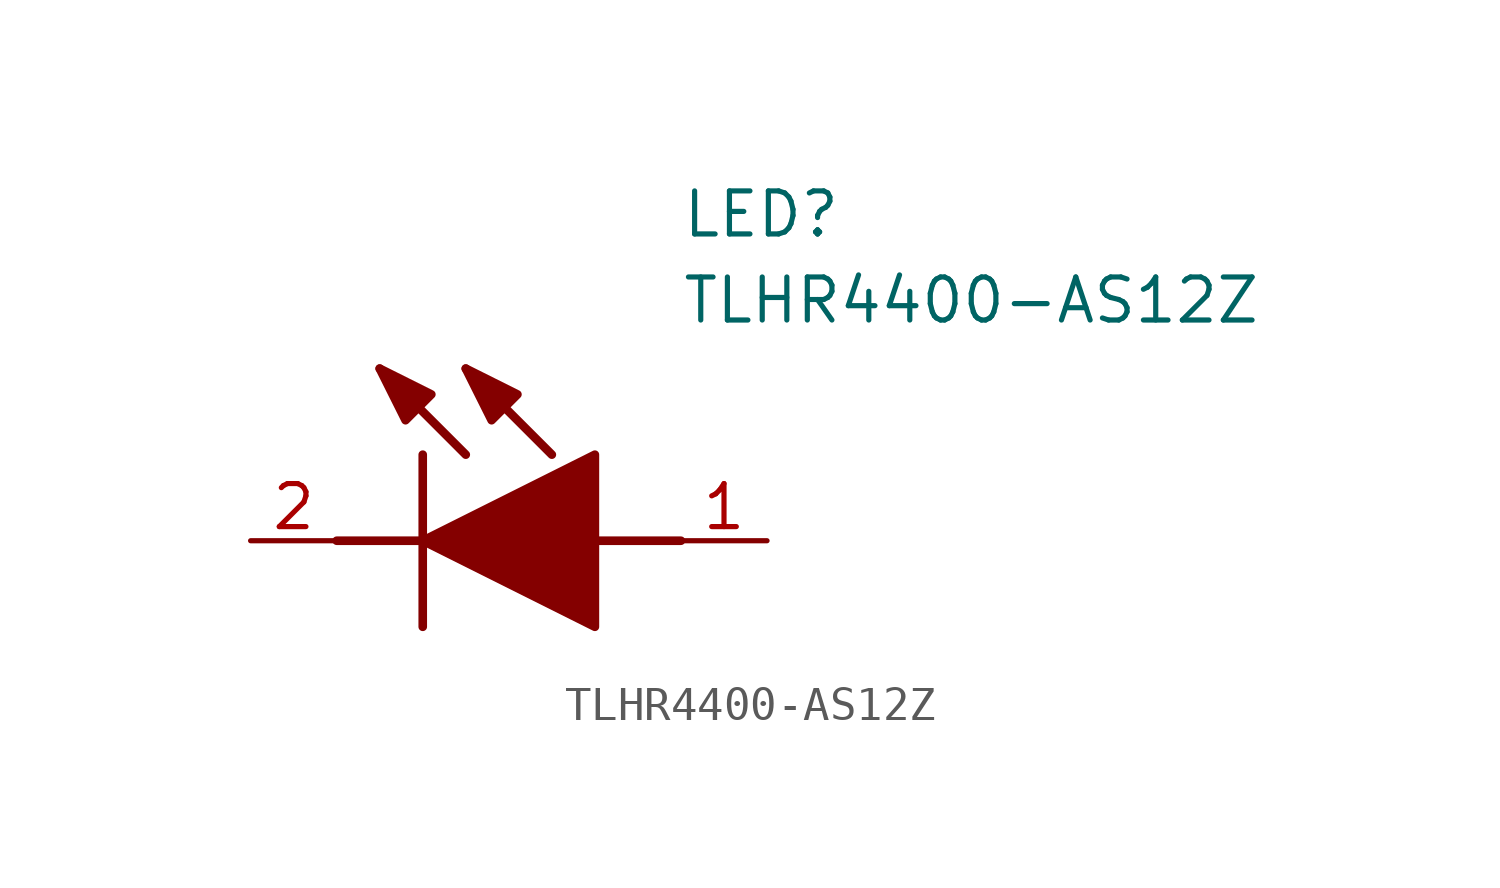
<source format=kicad_sym>
(kicad_symbol_lib
  (version 20241209)
  (generator "kicad_symbol_editor")
  (generator_version "9.0")
  (symbol "TLHR4400-AS12Z"
    (pin_names
      (hide yes))
    (property "Reference" "LED"
      (at 12.7 8.89 0)
      (effects (font (size 1.27 1.27)) (justify left bottom)))
    (property "Value" "TLHR4400-AS12Z"
      (at 12.7 6.35 0)
      (effects (font (size 1.27 1.27)) (justify left bottom)))
    (symbol "TLHR4400-AS12Z_1_1"
      (polyline (pts (xy 2.54 0) (xy 5.08 0)) (stroke (width 0.254) (type default)) (fill (type none)))
      (polyline (pts (xy 5.08 2.54) (xy 5.08 -2.54)) (stroke (width 0.254) (type default)) (fill (type none)))
      (polyline (pts (xy 5.08 0) (xy 10.16 2.54) (xy 10.16 -2.54) (xy 5.08 0)) (stroke (width 0.254) (type default)) (fill (type outline)))
      (polyline (pts (xy 5.334 4.318) (xy 4.572 3.556) (xy 3.81 5.08) (xy 5.334 4.318)) (stroke (width 0.254) (type default)) (fill (type outline)))
      (polyline (pts (xy 6.35 2.54) (xy 3.81 5.08)) (stroke (width 0.254) (type default)) (fill (type none)))
      (polyline (pts (xy 7.874 4.318) (xy 7.112 3.556) (xy 6.35 5.08) (xy 7.874 4.318)) (stroke (width 0.254) (type default)) (fill (type outline)))
      (polyline (pts (xy 8.89 2.54) (xy 6.35 5.08)) (stroke (width 0.254) (type default)) (fill (type none)))
      (polyline (pts (xy 10.16 0) (xy 12.7 0)) (stroke (width 0.254) (type default)) (fill (type none)))
      (pin passive line (at 0 0 0) (length 2.54) (name "K" (effects (font (size 1.27 1.27)))) (number "2" (effects (font (size 1.27 1.27)))))
      (pin passive line (at 15.24 0 180) (length 2.54) (name "A" (effects (font (size 1.27 1.27)))) (number "1" (effects (font (size 1.27 1.27))))))))
</source>
